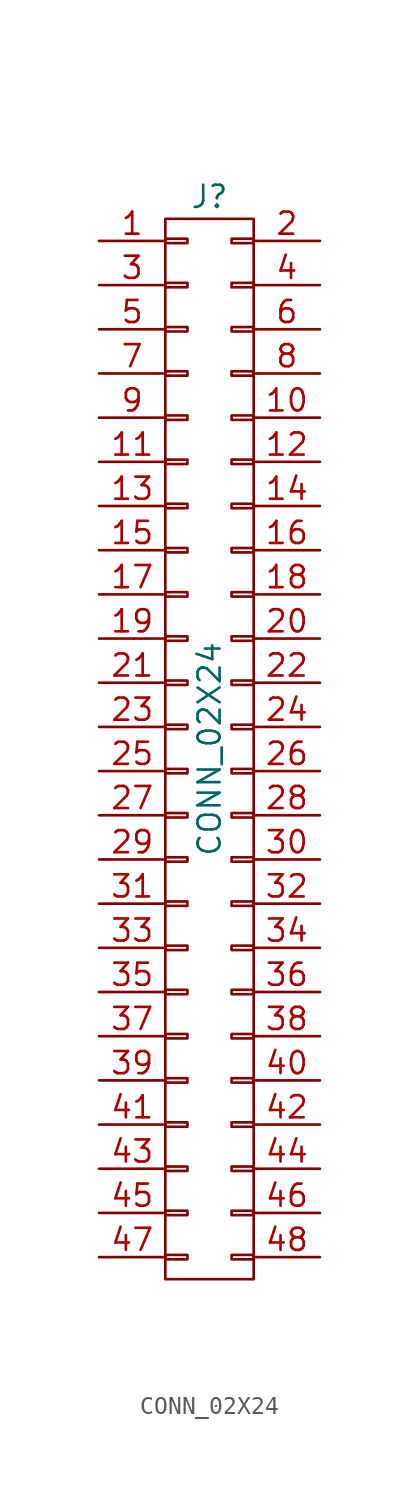
<source format=kicad_sym>
(kicad_symbol_lib
  (version 20211014)
  (generator kicad_symbol_editor)
  (symbol "CONN_02X24"
    (pin_names
      (offset 0.025) hide)
    (property "Reference" "J"
      (at 0 31.75 0)
      (effects (font (size 1.27 1.27))))
    (property "Value" "CONN_02X24"
      (at 0 0 90)
      (effects (font (size 1.27 1.27))))
    (symbol "CONN_02X24_0_1"
      (rectangle (start -2.54 -29.083) (end -1.27 -29.337) (stroke (width 0) (type default) (color 0 0 0 0)) (fill (type none)))
      (rectangle (start -2.54 -26.543) (end -1.27 -26.797) (stroke (width 0) (type default) (color 0 0 0 0)) (fill (type none)))
      (rectangle (start -2.54 -24.003) (end -1.27 -24.257) (stroke (width 0) (type default) (color 0 0 0 0)) (fill (type none)))
      (rectangle (start -2.54 -21.463) (end -1.27 -21.717) (stroke (width 0) (type default) (color 0 0 0 0)) (fill (type none)))
      (rectangle (start -2.54 -18.923) (end -1.27 -19.177) (stroke (width 0) (type default) (color 0 0 0 0)) (fill (type none)))
      (rectangle (start -2.54 -16.383) (end -1.27 -16.637) (stroke (width 0) (type default) (color 0 0 0 0)) (fill (type none)))
      (rectangle (start -2.54 -13.843) (end -1.27 -14.097) (stroke (width 0) (type default) (color 0 0 0 0)) (fill (type none)))
      (rectangle (start -2.54 -11.303) (end -1.27 -11.557) (stroke (width 0) (type default) (color 0 0 0 0)) (fill (type none)))
      (rectangle (start -2.54 -8.763) (end -1.27 -9.017) (stroke (width 0) (type default) (color 0 0 0 0)) (fill (type none)))
      (rectangle (start -2.54 -6.223) (end -1.27 -6.477) (stroke (width 0) (type default) (color 0 0 0 0)) (fill (type none)))
      (rectangle (start -2.54 -3.683) (end -1.27 -3.937) (stroke (width 0) (type default) (color 0 0 0 0)) (fill (type none)))
      (rectangle (start -2.54 -1.143) (end -1.27 -1.397) (stroke (width 0) (type default) (color 0 0 0 0)) (fill (type none)))
      (rectangle (start -2.54 1.397) (end -1.27 1.143) (stroke (width 0) (type default) (color 0 0 0 0)) (fill (type none)))
      (rectangle (start -2.54 3.937) (end -1.27 3.683) (stroke (width 0) (type default) (color 0 0 0 0)) (fill (type none)))
      (rectangle (start -2.54 6.477) (end -1.27 6.223) (stroke (width 0) (type default) (color 0 0 0 0)) (fill (type none)))
      (rectangle (start -2.54 9.017) (end -1.27 8.763) (stroke (width 0) (type default) (color 0 0 0 0)) (fill (type none)))
      (rectangle (start -2.54 11.557) (end -1.27 11.303) (stroke (width 0) (type default) (color 0 0 0 0)) (fill (type none)))
      (rectangle (start -2.54 14.097) (end -1.27 13.843) (stroke (width 0) (type default) (color 0 0 0 0)) (fill (type none)))
      (rectangle (start -2.54 16.637) (end -1.27 16.383) (stroke (width 0) (type default) (color 0 0 0 0)) (fill (type none)))
      (rectangle (start -2.54 19.177) (end -1.27 18.923) (stroke (width 0) (type default) (color 0 0 0 0)) (fill (type none)))
      (rectangle (start -2.54 21.717) (end -1.27 21.463) (stroke (width 0) (type default) (color 0 0 0 0)) (fill (type none)))
      (rectangle (start -2.54 24.257) (end -1.27 24.003) (stroke (width 0) (type default) (color 0 0 0 0)) (fill (type none)))
      (rectangle (start -2.54 26.797) (end -1.27 26.543) (stroke (width 0) (type default) (color 0 0 0 0)) (fill (type none)))
      (rectangle (start -2.54 29.337) (end -1.27 29.083) (stroke (width 0) (type default) (color 0 0 0 0)) (fill (type none)))
      (rectangle (start -2.54 30.48) (end 2.54 -30.48) (stroke (width 0) (type default) (color 0 0 0 0)) (fill (type none)))
      (rectangle (start 1.27 -29.083) (end 2.54 -29.337) (stroke (width 0) (type default) (color 0 0 0 0)) (fill (type none)))
      (rectangle (start 1.27 -26.543) (end 2.54 -26.797) (stroke (width 0) (type default) (color 0 0 0 0)) (fill (type none)))
      (rectangle (start 1.27 -24.003) (end 2.54 -24.257) (stroke (width 0) (type default) (color 0 0 0 0)) (fill (type none)))
      (rectangle (start 1.27 -21.463) (end 2.54 -21.717) (stroke (width 0) (type default) (color 0 0 0 0)) (fill (type none)))
      (rectangle (start 1.27 -18.923) (end 2.54 -19.177) (stroke (width 0) (type default) (color 0 0 0 0)) (fill (type none)))
      (rectangle (start 1.27 -16.383) (end 2.54 -16.637) (stroke (width 0) (type default) (color 0 0 0 0)) (fill (type none)))
      (rectangle (start 1.27 -13.843) (end 2.54 -14.097) (stroke (width 0) (type default) (color 0 0 0 0)) (fill (type none)))
      (rectangle (start 1.27 -11.303) (end 2.54 -11.557) (stroke (width 0) (type default) (color 0 0 0 0)) (fill (type none)))
      (rectangle (start 1.27 -8.763) (end 2.54 -9.017) (stroke (width 0) (type default) (color 0 0 0 0)) (fill (type none)))
      (rectangle (start 1.27 -6.223) (end 2.54 -6.477) (stroke (width 0) (type default) (color 0 0 0 0)) (fill (type none)))
      (rectangle (start 1.27 -3.683) (end 2.54 -3.937) (stroke (width 0) (type default) (color 0 0 0 0)) (fill (type none)))
      (rectangle (start 1.27 -1.143) (end 2.54 -1.397) (stroke (width 0) (type default) (color 0 0 0 0)) (fill (type none)))
      (rectangle (start 1.27 1.397) (end 2.54 1.143) (stroke (width 0) (type default) (color 0 0 0 0)) (fill (type none)))
      (rectangle (start 1.27 3.937) (end 2.54 3.683) (stroke (width 0) (type default) (color 0 0 0 0)) (fill (type none)))
      (rectangle (start 1.27 6.477) (end 2.54 6.223) (stroke (width 0) (type default) (color 0 0 0 0)) (fill (type none)))
      (rectangle (start 1.27 9.017) (end 2.54 8.763) (stroke (width 0) (type default) (color 0 0 0 0)) (fill (type none)))
      (rectangle (start 1.27 11.557) (end 2.54 11.303) (stroke (width 0) (type default) (color 0 0 0 0)) (fill (type none)))
      (rectangle (start 1.27 14.097) (end 2.54 13.843) (stroke (width 0) (type default) (color 0 0 0 0)) (fill (type none)))
      (rectangle (start 1.27 16.637) (end 2.54 16.383) (stroke (width 0) (type default) (color 0 0 0 0)) (fill (type none)))
      (rectangle (start 1.27 19.177) (end 2.54 18.923) (stroke (width 0) (type default) (color 0 0 0 0)) (fill (type none)))
      (rectangle (start 1.27 21.717) (end 2.54 21.463) (stroke (width 0) (type default) (color 0 0 0 0)) (fill (type none)))
      (rectangle (start 1.27 24.257) (end 2.54 24.003) (stroke (width 0) (type default) (color 0 0 0 0)) (fill (type none)))
      (rectangle (start 1.27 26.797) (end 2.54 26.543) (stroke (width 0) (type default) (color 0 0 0 0)) (fill (type none)))
      (rectangle (start 1.27 29.337) (end 2.54 29.083) (stroke (width 0) (type default) (color 0 0 0 0)) (fill (type none))))
    (symbol "CONN_02X24_1_1"
      (pin passive line (at -6.35 29.21 0) (length 3.81) (name "P1" (effects (font (size 1.27 1.27)))) (number "1" (effects (font (size 1.27 1.27)))))
      (pin passive line (at 6.35 19.05 180) (length 3.81) (name "P10" (effects (font (size 1.27 1.27)))) (number "10" (effects (font (size 1.27 1.27)))))
      (pin passive line (at -6.35 16.51 0) (length 3.81) (name "P11" (effects (font (size 1.27 1.27)))) (number "11" (effects (font (size 1.27 1.27)))))
      (pin passive line (at 6.35 16.51 180) (length 3.81) (name "P12" (effects (font (size 1.27 1.27)))) (number "12" (effects (font (size 1.27 1.27)))))
      (pin passive line (at -6.35 13.97 0) (length 3.81) (name "P13" (effects (font (size 1.27 1.27)))) (number "13" (effects (font (size 1.27 1.27)))))
      (pin passive line (at 6.35 13.97 180) (length 3.81) (name "P14" (effects (font (size 1.27 1.27)))) (number "14" (effects (font (size 1.27 1.27)))))
      (pin passive line (at -6.35 11.43 0) (length 3.81) (name "P15" (effects (font (size 1.27 1.27)))) (number "15" (effects (font (size 1.27 1.27)))))
      (pin passive line (at 6.35 11.43 180) (length 3.81) (name "P16" (effects (font (size 1.27 1.27)))) (number "16" (effects (font (size 1.27 1.27)))))
      (pin passive line (at -6.35 8.89 0) (length 3.81) (name "P17" (effects (font (size 1.27 1.27)))) (number "17" (effects (font (size 1.27 1.27)))))
      (pin passive line (at 6.35 8.89 180) (length 3.81) (name "P18" (effects (font (size 1.27 1.27)))) (number "18" (effects (font (size 1.27 1.27)))))
      (pin passive line (at -6.35 6.35 0) (length 3.81) (name "P19" (effects (font (size 1.27 1.27)))) (number "19" (effects (font (size 1.27 1.27)))))
      (pin passive line (at 6.35 29.21 180) (length 3.81) (name "P2" (effects (font (size 1.27 1.27)))) (number "2" (effects (font (size 1.27 1.27)))))
      (pin passive line (at 6.35 6.35 180) (length 3.81) (name "P20" (effects (font (size 1.27 1.27)))) (number "20" (effects (font (size 1.27 1.27)))))
      (pin passive line (at -6.35 3.81 0) (length 3.81) (name "P21" (effects (font (size 1.27 1.27)))) (number "21" (effects (font (size 1.27 1.27)))))
      (pin passive line (at 6.35 3.81 180) (length 3.81) (name "P22" (effects (font (size 1.27 1.27)))) (number "22" (effects (font (size 1.27 1.27)))))
      (pin passive line (at -6.35 1.27 0) (length 3.81) (name "P23" (effects (font (size 1.27 1.27)))) (number "23" (effects (font (size 1.27 1.27)))))
      (pin passive line (at 6.35 1.27 180) (length 3.81) (name "P24" (effects (font (size 1.27 1.27)))) (number "24" (effects (font (size 1.27 1.27)))))
      (pin passive line (at -6.35 -1.27 0) (length 3.81) (name "P25" (effects (font (size 1.27 1.27)))) (number "25" (effects (font (size 1.27 1.27)))))
      (pin passive line (at 6.35 -1.27 180) (length 3.81) (name "P26" (effects (font (size 1.27 1.27)))) (number "26" (effects (font (size 1.27 1.27)))))
      (pin passive line (at -6.35 -3.81 0) (length 3.81) (name "P27" (effects (font (size 1.27 1.27)))) (number "27" (effects (font (size 1.27 1.27)))))
      (pin passive line (at 6.35 -3.81 180) (length 3.81) (name "P28" (effects (font (size 1.27 1.27)))) (number "28" (effects (font (size 1.27 1.27)))))
      (pin passive line (at -6.35 -6.35 0) (length 3.81) (name "P29" (effects (font (size 1.27 1.27)))) (number "29" (effects (font (size 1.27 1.27)))))
      (pin passive line (at -6.35 26.67 0) (length 3.81) (name "P3" (effects (font (size 1.27 1.27)))) (number "3" (effects (font (size 1.27 1.27)))))
      (pin passive line (at 6.35 -6.35 180) (length 3.81) (name "P30" (effects (font (size 1.27 1.27)))) (number "30" (effects (font (size 1.27 1.27)))))
      (pin passive line (at -6.35 -8.89 0) (length 3.81) (name "P31" (effects (font (size 1.27 1.27)))) (number "31" (effects (font (size 1.27 1.27)))))
      (pin passive line (at 6.35 -8.89 180) (length 3.81) (name "P32" (effects (font (size 1.27 1.27)))) (number "32" (effects (font (size 1.27 1.27)))))
      (pin passive line (at -6.35 -11.43 0) (length 3.81) (name "P33" (effects (font (size 1.27 1.27)))) (number "33" (effects (font (size 1.27 1.27)))))
      (pin passive line (at 6.35 -11.43 180) (length 3.81) (name "P34" (effects (font (size 1.27 1.27)))) (number "34" (effects (font (size 1.27 1.27)))))
      (pin passive line (at -6.35 -13.97 0) (length 3.81) (name "P35" (effects (font (size 1.27 1.27)))) (number "35" (effects (font (size 1.27 1.27)))))
      (pin passive line (at 6.35 -13.97 180) (length 3.81) (name "P36" (effects (font (size 1.27 1.27)))) (number "36" (effects (font (size 1.27 1.27)))))
      (pin passive line (at -6.35 -16.51 0) (length 3.81) (name "P37" (effects (font (size 1.27 1.27)))) (number "37" (effects (font (size 1.27 1.27)))))
      (pin passive line (at 6.35 -16.51 180) (length 3.81) (name "P38" (effects (font (size 1.27 1.27)))) (number "38" (effects (font (size 1.27 1.27)))))
      (pin passive line (at -6.35 -19.05 0) (length 3.81) (name "P39" (effects (font (size 1.27 1.27)))) (number "39" (effects (font (size 1.27 1.27)))))
      (pin passive line (at 6.35 26.67 180) (length 3.81) (name "P4" (effects (font (size 1.27 1.27)))) (number "4" (effects (font (size 1.27 1.27)))))
      (pin passive line (at 6.35 -19.05 180) (length 3.81) (name "P40" (effects (font (size 1.27 1.27)))) (number "40" (effects (font (size 1.27 1.27)))))
      (pin passive line (at -6.35 -21.59 0) (length 3.81) (name "P41" (effects (font (size 1.27 1.27)))) (number "41" (effects (font (size 1.27 1.27)))))
      (pin passive line (at 6.35 -21.59 180) (length 3.81) (name "P42" (effects (font (size 1.27 1.27)))) (number "42" (effects (font (size 1.27 1.27)))))
      (pin passive line (at -6.35 -24.13 0) (length 3.81) (name "P43" (effects (font (size 1.27 1.27)))) (number "43" (effects (font (size 1.27 1.27)))))
      (pin passive line (at 6.35 -24.13 180) (length 3.81) (name "P44" (effects (font (size 1.27 1.27)))) (number "44" (effects (font (size 1.27 1.27)))))
      (pin passive line (at -6.35 -26.67 0) (length 3.81) (name "P45" (effects (font (size 1.27 1.27)))) (number "45" (effects (font (size 1.27 1.27)))))
      (pin passive line (at 6.35 -26.67 180) (length 3.81) (name "P46" (effects (font (size 1.27 1.27)))) (number "46" (effects (font (size 1.27 1.27)))))
      (pin passive line (at -6.35 -29.21 0) (length 3.81) (name "P47" (effects (font (size 1.27 1.27)))) (number "47" (effects (font (size 1.27 1.27)))))
      (pin passive line (at 6.35 -29.21 180) (length 3.81) (name "P48" (effects (font (size 1.27 1.27)))) (number "48" (effects (font (size 1.27 1.27)))))
      (pin passive line (at -6.35 24.13 0) (length 3.81) (name "P5" (effects (font (size 1.27 1.27)))) (number "5" (effects (font (size 1.27 1.27)))))
      (pin passive line (at 6.35 24.13 180) (length 3.81) (name "P6" (effects (font (size 1.27 1.27)))) (number "6" (effects (font (size 1.27 1.27)))))
      (pin passive line (at -6.35 21.59 0) (length 3.81) (name "P7" (effects (font (size 1.27 1.27)))) (number "7" (effects (font (size 1.27 1.27)))))
      (pin passive line (at 6.35 21.59 180) (length 3.81) (name "P8" (effects (font (size 1.27 1.27)))) (number "8" (effects (font (size 1.27 1.27)))))
      (pin passive line (at -6.35 19.05 0) (length 3.81) (name "P9" (effects (font (size 1.27 1.27)))) (number "9" (effects (font (size 1.27 1.27))))))))
</source>
